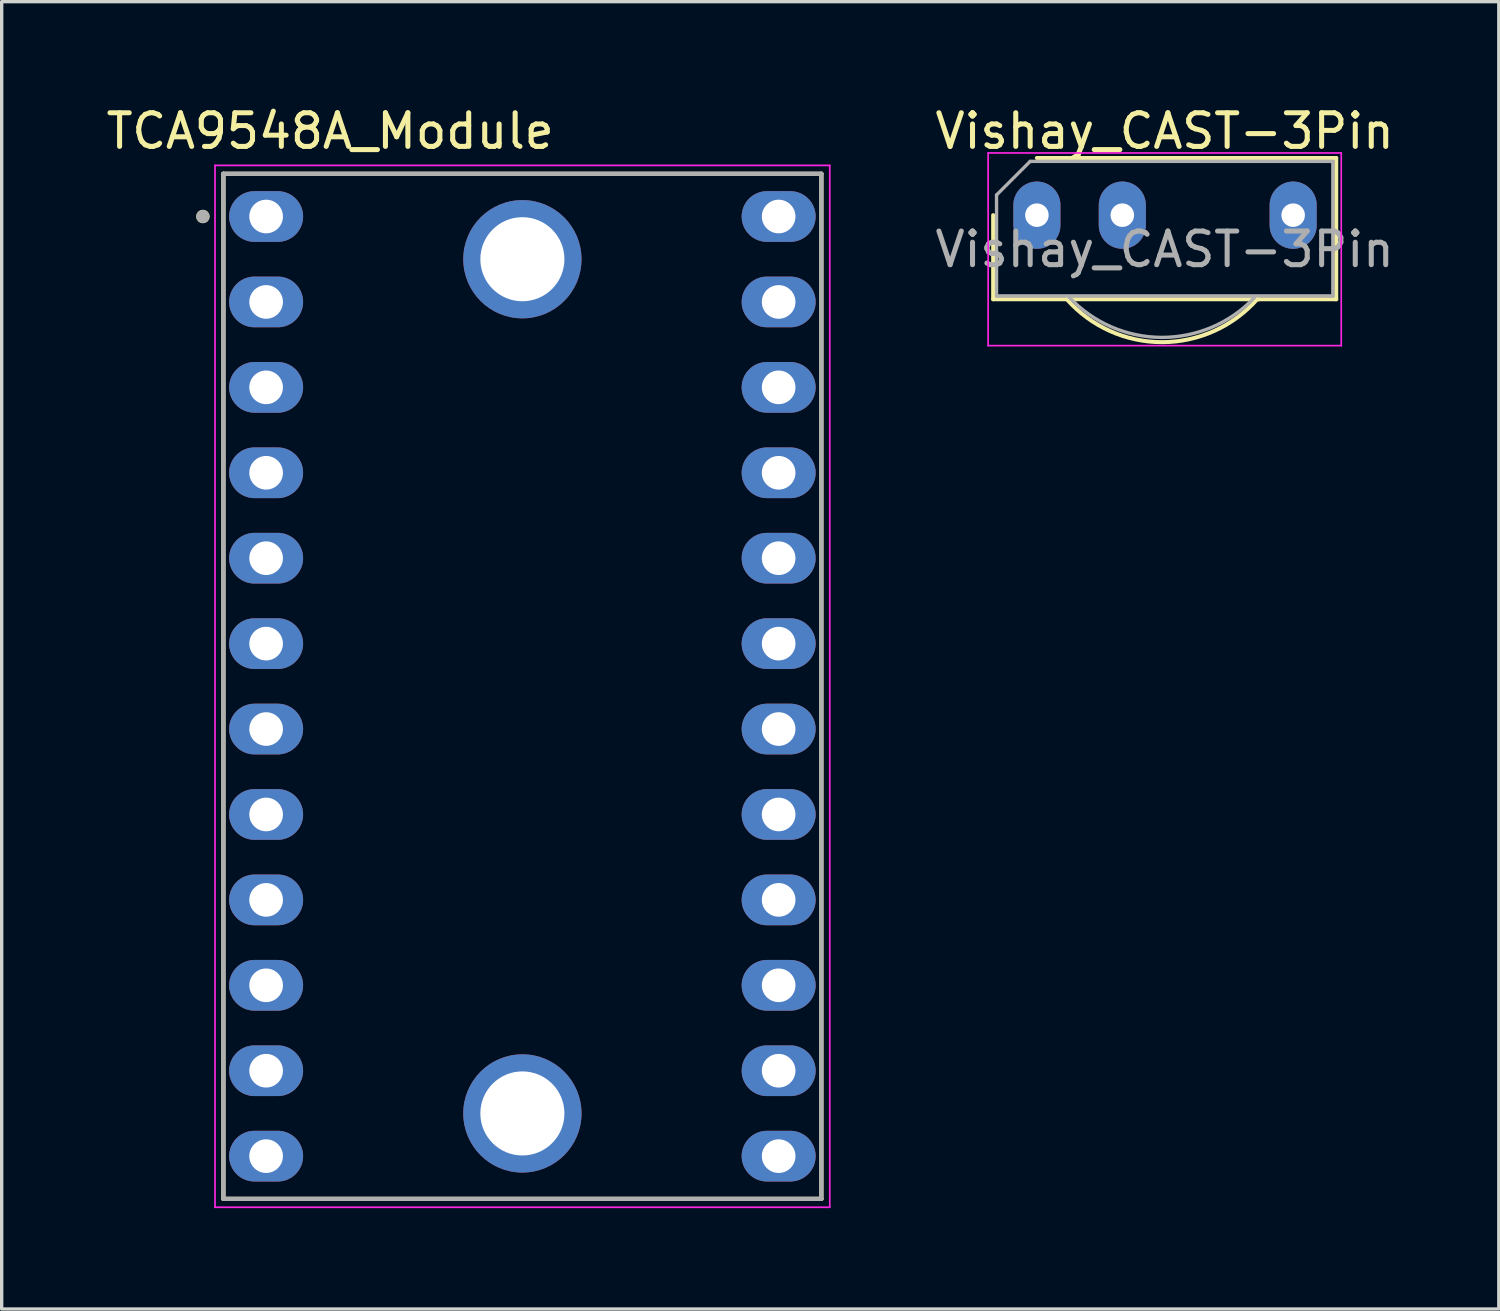
<source format=kicad_pcb>
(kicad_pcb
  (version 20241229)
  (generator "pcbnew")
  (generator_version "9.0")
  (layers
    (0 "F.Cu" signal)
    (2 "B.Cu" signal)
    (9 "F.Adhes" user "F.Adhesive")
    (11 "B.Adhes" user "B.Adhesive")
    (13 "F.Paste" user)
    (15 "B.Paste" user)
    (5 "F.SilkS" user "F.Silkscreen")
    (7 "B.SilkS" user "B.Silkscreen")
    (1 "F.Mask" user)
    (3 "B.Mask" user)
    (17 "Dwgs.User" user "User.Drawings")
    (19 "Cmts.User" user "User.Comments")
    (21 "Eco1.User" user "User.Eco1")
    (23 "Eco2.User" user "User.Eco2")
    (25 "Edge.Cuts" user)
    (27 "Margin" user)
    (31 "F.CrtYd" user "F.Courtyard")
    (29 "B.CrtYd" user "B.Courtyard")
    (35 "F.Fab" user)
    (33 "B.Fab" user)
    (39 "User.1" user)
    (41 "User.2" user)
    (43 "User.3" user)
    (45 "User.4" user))
  (footprint "Vishay_CAST-3Pin"
    (layer "F.Cu")
    (at 27.782 3.348)
    (property "Reference" "Vishay_CAST-3Pin" (at 3.8 -2.5 0) (layer "F.SilkS") (effects (font (size 1 1) (thickness 0.15))))
    (attr through_hole)
    (fp_line (start -1.3 0) (end -1.3 2.5) (stroke (width 0.12) (type solid)) (layer "F.SilkS"))
    (fp_line (start -1.3 2.5) (end 0.9 2.5) (stroke (width 0.12) (type solid)) (layer "F.SilkS"))
    (fp_line (start 0.9 2.5) (end 6.6 2.5) (stroke (width 0.12) (type solid)) (layer "F.SilkS"))
    (fp_line (start 6.5 2.5) (end 8.9 2.5) (stroke (width 0.12) (type solid)) (layer "F.SilkS"))
    (fp_line (start 8.9 -1.7) (end 0 -1.7) (stroke (width 0.12) (type solid)) (layer "F.SilkS"))
    (fp_line (start 8.9 2.5) (end 8.9 -1.7) (stroke (width 0.12) (type solid)) (layer "F.SilkS"))
    (fp_arc (start 6.55 2.5) (mid 3.722825 3.776095) (end 0.893744 2.504232) (stroke (width 0.12) (type solid)) (layer "F.SilkS"))
    (fp_line (start -1.45 -1.85) (end -1.45 3.88) (stroke (width 0.05) (type solid)) (layer "F.CrtYd"))
    (fp_line (start -1.45 -1.85) (end 9.05 -1.85) (stroke (width 0.05) (type solid)) (layer "F.CrtYd"))
    (fp_line (start 9.05 3.88) (end -1.45 3.88) (stroke (width 0.05) (type solid)) (layer "F.CrtYd"))
    (fp_line (start 9.05 3.88) (end 9.05 -1.85) (stroke (width 0.05) (type solid)) (layer "F.CrtYd"))
    (fp_line (start -1.2 2.4) (end -1.2 -0.6) (stroke (width 0.1) (type solid)) (layer "F.Fab"))
    (fp_line (start -0.2 -1.6) (end -1.2 -0.6) (stroke (width 0.1) (type solid)) (layer "F.Fab"))
    (fp_line (start -0.2 -1.6) (end 8.8 -1.6) (stroke (width 0.1) (type solid)) (layer "F.Fab"))
    (fp_line (start 8.8 -1.6) (end 8.8 2.4) (stroke (width 0.1) (type solid)) (layer "F.Fab"))
    (fp_line (start 8.8 2.4) (end -1.2 2.4) (stroke (width 0.1) (type solid)) (layer "F.Fab"))
    (fp_arc (start 6.47 2.45) (mid 3.710489 3.634496) (end 0.956966 2.436144) (stroke (width 0.1) (type solid)) (layer "F.Fab"))
    (fp_text user "${REFERENCE}" (at 3.8 1.017 0) (layer "F.Fab") (effects (font (size 1 1) (thickness 0.15))))
    (pad "1" thru_hole oval (at 0 0) (size 1.4 2) (drill 0.7) (layers "*.Cu" "*.Mask"))
    (pad "2" thru_hole oval (at 2.54 0) (size 1.4 2) (drill 0.7) (layers "*.Cu" "*.Mask"))
    (pad "3" thru_hole oval (at 7.62 0) (size 1.4 2) (drill 0.7) (layers "*.Cu" "*.Mask")))
  (footprint "TCA9548A_Module"
    (layer "F.Cu")
    (at 12.483 17.358)
    (property "Reference" "TCA9548A_Module" (at -5.715 -16.51 0) (layer "F.SilkS") (effects (font (size 1 1) (thickness 0.15))))
    (attr through_hole)
    (fp_line (start -8.89 -15.24) (end 8.89 -15.24) (stroke (width 0.127) (type solid)) (layer "F.SilkS"))
    (fp_line (start -8.89 15.24) (end -8.89 -15.24) (stroke (width 0.127) (type solid)) (layer "F.SilkS"))
    (fp_line (start 8.89 -15.24) (end 8.89 15.24) (stroke (width 0.127) (type solid)) (layer "F.SilkS"))
    (fp_line (start 8.89 15.24) (end -8.89 15.24) (stroke (width 0.127) (type solid)) (layer "F.SilkS"))
    (fp_circle (center -9.5 -13.97) (end -9.4 -13.97) (stroke (width 0.2) (type solid)) (fill no) (layer "F.SilkS"))
    (fp_line (start -9.14 -15.49) (end -9.14 15.49) (stroke (width 0.05) (type solid)) (layer "F.CrtYd"))
    (fp_line (start -9.14 15.49) (end 9.14 15.49) (stroke (width 0.05) (type solid)) (layer "F.CrtYd"))
    (fp_line (start 9.14 -15.49) (end -9.14 -15.49) (stroke (width 0.05) (type solid)) (layer "F.CrtYd"))
    (fp_line (start 9.14 15.49) (end 9.14 -15.49) (stroke (width 0.05) (type solid)) (layer "F.CrtYd"))
    (fp_line (start -8.89 -15.24) (end 8.89 -15.24) (stroke (width 0.127) (type solid)) (layer "F.Fab"))
    (fp_line (start -8.89 15.24) (end -8.89 -15.24) (stroke (width 0.127) (type solid)) (layer "F.Fab"))
    (fp_line (start -8.89 15.24) (end 8.89 15.24) (stroke (width 0.127) (type solid)) (layer "F.Fab"))
    (fp_line (start 8.89 -15.24) (end 8.89 15.24) (stroke (width 0.127) (type solid)) (layer "F.Fab"))
    (fp_circle (center -9.5 -13.97) (end -9.4 -13.97) (stroke (width 0.2) (type solid)) (fill no) (layer "F.Fab"))
    (pad "1" thru_hole oval (at -7.62 -13.97) (size 2.2 1.508) (drill 1) (layers "*.Cu" "*.Mask"))
    (pad "2" thru_hole oval (at -7.62 -11.43) (size 2.2 1.508) (drill 1) (layers "*.Cu" "*.Mask"))
    (pad "3" thru_hole oval (at -7.62 -8.89) (size 2.2 1.508) (drill 1) (layers "*.Cu" "*.Mask"))
    (pad "4" thru_hole oval (at -7.62 -6.35) (size 2.2 1.508) (drill 1) (layers "*.Cu" "*.Mask"))
    (pad "5" thru_hole oval (at -7.62 -3.81) (size 2.2 1.508) (drill 1) (layers "*.Cu" "*.Mask"))
    (pad "6" thru_hole oval (at -7.62 -1.27) (size 2.2 1.508) (drill 1) (layers "*.Cu" "*.Mask"))
    (pad "7" thru_hole oval (at -7.62 1.27) (size 2.2 1.508) (drill 1) (layers "*.Cu" "*.Mask"))
    (pad "8" thru_hole oval (at -7.62 3.81) (size 2.2 1.508) (drill 1) (layers "*.Cu" "*.Mask"))
    (pad "9" thru_hole oval (at -7.62 6.35) (size 2.2 1.508) (drill 1) (layers "*.Cu" "*.Mask"))
    (pad "10" thru_hole oval (at -7.62 8.89) (size 2.2 1.508) (drill 1) (layers "*.Cu" "*.Mask"))
    (pad "11" thru_hole oval (at -7.62 11.43) (size 2.2 1.508) (drill 1) (layers "*.Cu" "*.Mask"))
    (pad "12" thru_hole oval (at -7.62 13.97) (size 2.2 1.508) (drill 1) (layers "*.Cu" "*.Mask"))
    (pad "13" thru_hole oval (at 7.62 13.97) (size 2.2 1.508) (drill 1) (layers "*.Cu" "*.Mask"))
    (pad "14" thru_hole oval (at 7.62 11.43) (size 2.2 1.508) (drill 1) (layers "*.Cu" "*.Mask"))
    (pad "15" thru_hole oval (at 7.62 8.89) (size 2.2 1.508) (drill 1) (layers "*.Cu" "*.Mask"))
    (pad "16" thru_hole oval (at 7.62 6.35) (size 2.2 1.508) (drill 1) (layers "*.Cu" "*.Mask"))
    (pad "17" thru_hole oval (at 7.62 3.81) (size 2.2 1.508) (drill 1) (layers "*.Cu" "*.Mask"))
    (pad "18" thru_hole oval (at 7.62 1.27) (size 2.2 1.508) (drill 1) (layers "*.Cu" "*.Mask"))
    (pad "19" thru_hole oval (at 7.62 -1.27) (size 2.2 1.508) (drill 1) (layers "*.Cu" "*.Mask"))
    (pad "20" thru_hole oval (at 7.62 -3.81) (size 2.2 1.508) (drill 1) (layers "*.Cu" "*.Mask"))
    (pad "21" thru_hole oval (at 7.62 -6.35) (size 2.2 1.508) (drill 1) (layers "*.Cu" "*.Mask"))
    (pad "22" thru_hole oval (at 7.62 -8.89) (size 2.2 1.508) (drill 1) (layers "*.Cu" "*.Mask"))
    (pad "23" thru_hole oval (at 7.62 -11.43) (size 2.2 1.508) (drill 1) (layers "*.Cu" "*.Mask"))
    (pad "24" thru_hole oval (at 7.62 -13.97) (size 2.2 1.508) (drill 1) (layers "*.Cu" "*.Mask"))
    (pad "P1" thru_hole circle (at 0 -12.7) (size 3.516 3.516) (drill 2.5) (layers "*.Cu" "*.Mask"))
    (pad "P2" thru_hole circle (at 0 12.7) (size 3.516 3.516) (drill 2.5) (layers "*.Cu" "*.Mask"))
    (zone (net_name "") (layer "F.Cu") (hatch full 0.508) (connect_pads) (min_thickness 2.032) (filled_areas_thickness no) (keepout (tracks not_allowed) (vias not_allowed) (pads not_allowed) (copperpour not_allowed) (footprints allowed)) (placement (enabled no)) (fill) (polygon (pts (xy 14.499 4.658) (xy 14.489 4.856) (xy 14.46 5.052) (xy 14.412 5.243) (xy 14.345 5.43) (xy 14.261 5.609) (xy 14.159 5.778) (xy 14.041 5.937) (xy 13.908 6.084) (xy 13.762 6.217) (xy 13.603 6.334) (xy 13.433 6.436) (xy 13.254 6.521) (xy 13.068 6.587) (xy 12.876 6.636) (xy 12.68 6.665) (xy 12.483 6.674) (xy 12.285 6.665) (xy 12.09 6.636) (xy 11.898 6.587) (xy 11.711 6.521) (xy 11.533 6.436) (xy 11.363 6.334) (xy 11.204 6.217) (xy 11.057 6.084) (xy 10.924 5.937) (xy 10.807 5.778) (xy 10.705 5.609) (xy 10.62 5.43) (xy 10.554 5.243) (xy 10.506 5.052) (xy 10.477 4.856) (xy 10.467 4.658) (xy 10.477 4.461) (xy 10.506 4.265) (xy 10.554 4.073) (xy 10.62 3.887) (xy 10.705 3.708) (xy 10.807 3.538) (xy 10.924 3.379) (xy 11.057 3.233) (xy 11.204 3.1) (xy 11.363 2.982) (xy 11.533 2.88) (xy 11.711 2.796) (xy 11.898 2.729) (xy 12.09 2.681) (xy 12.285 2.652) (xy 12.483 2.642) (xy 12.68 2.652) (xy 12.876 2.681) (xy 13.068 2.729) (xy 13.254 2.796) (xy 13.433 2.88) (xy 13.603 2.982) (xy 13.762 3.1) (xy 13.908 3.233) (xy 14.041 3.379) (xy 14.159 3.538) (xy 14.261 3.708) (xy 14.345 3.887) (xy 14.412 4.073) (xy 14.46 4.265) (xy 14.489 4.461))))
    (zone (net_name "") (layer "F.Cu") (hatch full 0.508) (connect_pads) (min_thickness 2.032) (filled_areas_thickness no) (keepout (tracks not_allowed) (vias not_allowed) (pads not_allowed) (copperpour not_allowed) (footprints allowed)) (placement (enabled no)) (fill) (polygon (pts (xy 14.499 30.058) (xy 14.489 30.256) (xy 14.46 30.452) (xy 14.412 30.643) (xy 14.345 30.83) (xy 14.261 31.009) (xy 14.159 31.178) (xy 14.041 31.337) (xy 13.908 31.484) (xy 13.762 31.617) (xy 13.603 31.734) (xy 13.433 31.836) (xy 13.254 31.921) (xy 13.068 31.987) (xy 12.876 32.036) (xy 12.68 32.065) (xy 12.483 32.074) (xy 12.285 32.065) (xy 12.09 32.036) (xy 11.898 31.987) (xy 11.711 31.921) (xy 11.533 31.836) (xy 11.363 31.734) (xy 11.204 31.617) (xy 11.057 31.484) (xy 10.924 31.337) (xy 10.807 31.178) (xy 10.705 31.009) (xy 10.62 30.83) (xy 10.554 30.643) (xy 10.506 30.452) (xy 10.477 30.256) (xy 10.467 30.058) (xy 10.477 29.861) (xy 10.506 29.665) (xy 10.554 29.473) (xy 10.62 29.287) (xy 10.705 29.108) (xy 10.807 28.938) (xy 10.924 28.779) (xy 11.057 28.633) (xy 11.204 28.5) (xy 11.363 28.382) (xy 11.533 28.28) (xy 11.711 28.196) (xy 11.898 28.129) (xy 12.09 28.081) (xy 12.285 28.052) (xy 12.483 28.042) (xy 12.68 28.052) (xy 12.876 28.081) (xy 13.068 28.129) (xy 13.254 28.196) (xy 13.433 28.28) (xy 13.603 28.382) (xy 13.762 28.5) (xy 13.908 28.633) (xy 14.041 28.779) (xy 14.159 28.938) (xy 14.261 29.108) (xy 14.345 29.287) (xy 14.412 29.473) (xy 14.46 29.665) (xy 14.489 29.861))))
    (zone (net_name "") (layer "B.Cu") (hatch full 0.508) (connect_pads) (min_thickness 2.032) (filled_areas_thickness no) (keepout (tracks not_allowed) (vias not_allowed) (pads not_allowed) (copperpour not_allowed) (footprints allowed)) (placement (enabled no)) (fill) (polygon (pts (xy 14.499 4.658) (xy 14.489 4.856) (xy 14.46 5.052) (xy 14.412 5.243) (xy 14.345 5.43) (xy 14.261 5.609) (xy 14.159 5.778) (xy 14.041 5.937) (xy 13.908 6.084) (xy 13.762 6.217) (xy 13.603 6.334) (xy 13.433 6.436) (xy 13.254 6.521) (xy 13.068 6.587) (xy 12.876 6.636) (xy 12.68 6.665) (xy 12.483 6.674) (xy 12.285 6.665) (xy 12.09 6.636) (xy 11.898 6.587) (xy 11.711 6.521) (xy 11.533 6.436) (xy 11.363 6.334) (xy 11.204 6.217) (xy 11.057 6.084) (xy 10.924 5.937) (xy 10.807 5.778) (xy 10.705 5.609) (xy 10.62 5.43) (xy 10.554 5.243) (xy 10.506 5.052) (xy 10.477 4.856) (xy 10.467 4.658) (xy 10.477 4.461) (xy 10.506 4.265) (xy 10.554 4.073) (xy 10.62 3.887) (xy 10.705 3.708) (xy 10.807 3.538) (xy 10.924 3.379) (xy 11.057 3.233) (xy 11.204 3.1) (xy 11.363 2.982) (xy 11.533 2.88) (xy 11.711 2.796) (xy 11.898 2.729) (xy 12.09 2.681) (xy 12.285 2.652) (xy 12.483 2.642) (xy 12.68 2.652) (xy 12.876 2.681) (xy 13.068 2.729) (xy 13.254 2.796) (xy 13.433 2.88) (xy 13.603 2.982) (xy 13.762 3.1) (xy 13.908 3.233) (xy 14.041 3.379) (xy 14.159 3.538) (xy 14.261 3.708) (xy 14.345 3.887) (xy 14.412 4.073) (xy 14.46 4.265) (xy 14.489 4.461))))
    (zone (net_name "") (layer "B.Cu") (hatch full 0.508) (connect_pads) (min_thickness 2.032) (filled_areas_thickness no) (keepout (tracks not_allowed) (vias not_allowed) (pads not_allowed) (copperpour not_allowed) (footprints allowed)) (placement (enabled no)) (fill) (polygon (pts (xy 14.499 30.058) (xy 14.489 30.256) (xy 14.46 30.452) (xy 14.412 30.643) (xy 14.345 30.83) (xy 14.261 31.009) (xy 14.159 31.178) (xy 14.041 31.337) (xy 13.908 31.484) (xy 13.762 31.617) (xy 13.603 31.734) (xy 13.433 31.836) (xy 13.254 31.921) (xy 13.068 31.987) (xy 12.876 32.036) (xy 12.68 32.065) (xy 12.483 32.074) (xy 12.285 32.065) (xy 12.09 32.036) (xy 11.898 31.987) (xy 11.711 31.921) (xy 11.533 31.836) (xy 11.363 31.734) (xy 11.204 31.617) (xy 11.057 31.484) (xy 10.924 31.337) (xy 10.807 31.178) (xy 10.705 31.009) (xy 10.62 30.83) (xy 10.554 30.643) (xy 10.506 30.452) (xy 10.477 30.256) (xy 10.467 30.058) (xy 10.477 29.861) (xy 10.506 29.665) (xy 10.554 29.473) (xy 10.62 29.287) (xy 10.705 29.108) (xy 10.807 28.938) (xy 10.924 28.779) (xy 11.057 28.633) (xy 11.204 28.5) (xy 11.363 28.382) (xy 11.533 28.28) (xy 11.711 28.196) (xy 11.898 28.129) (xy 12.09 28.081) (xy 12.285 28.052) (xy 12.483 28.042) (xy 12.68 28.052) (xy 12.876 28.081) (xy 13.068 28.129) (xy 13.254 28.196) (xy 13.433 28.28) (xy 13.603 28.382) (xy 13.762 28.5) (xy 13.908 28.633) (xy 14.041 28.779) (xy 14.159 28.938) (xy 14.261 29.108) (xy 14.345 29.287) (xy 14.412 29.473) (xy 14.46 29.665) (xy 14.489 29.861)))))
  (gr_rect
    (start -3 -3)
    (end 41.517 35.873)
    (stroke (width 0.1) (type default))
    (fill no)
    (layer "Edge.Cuts")))
</source>
